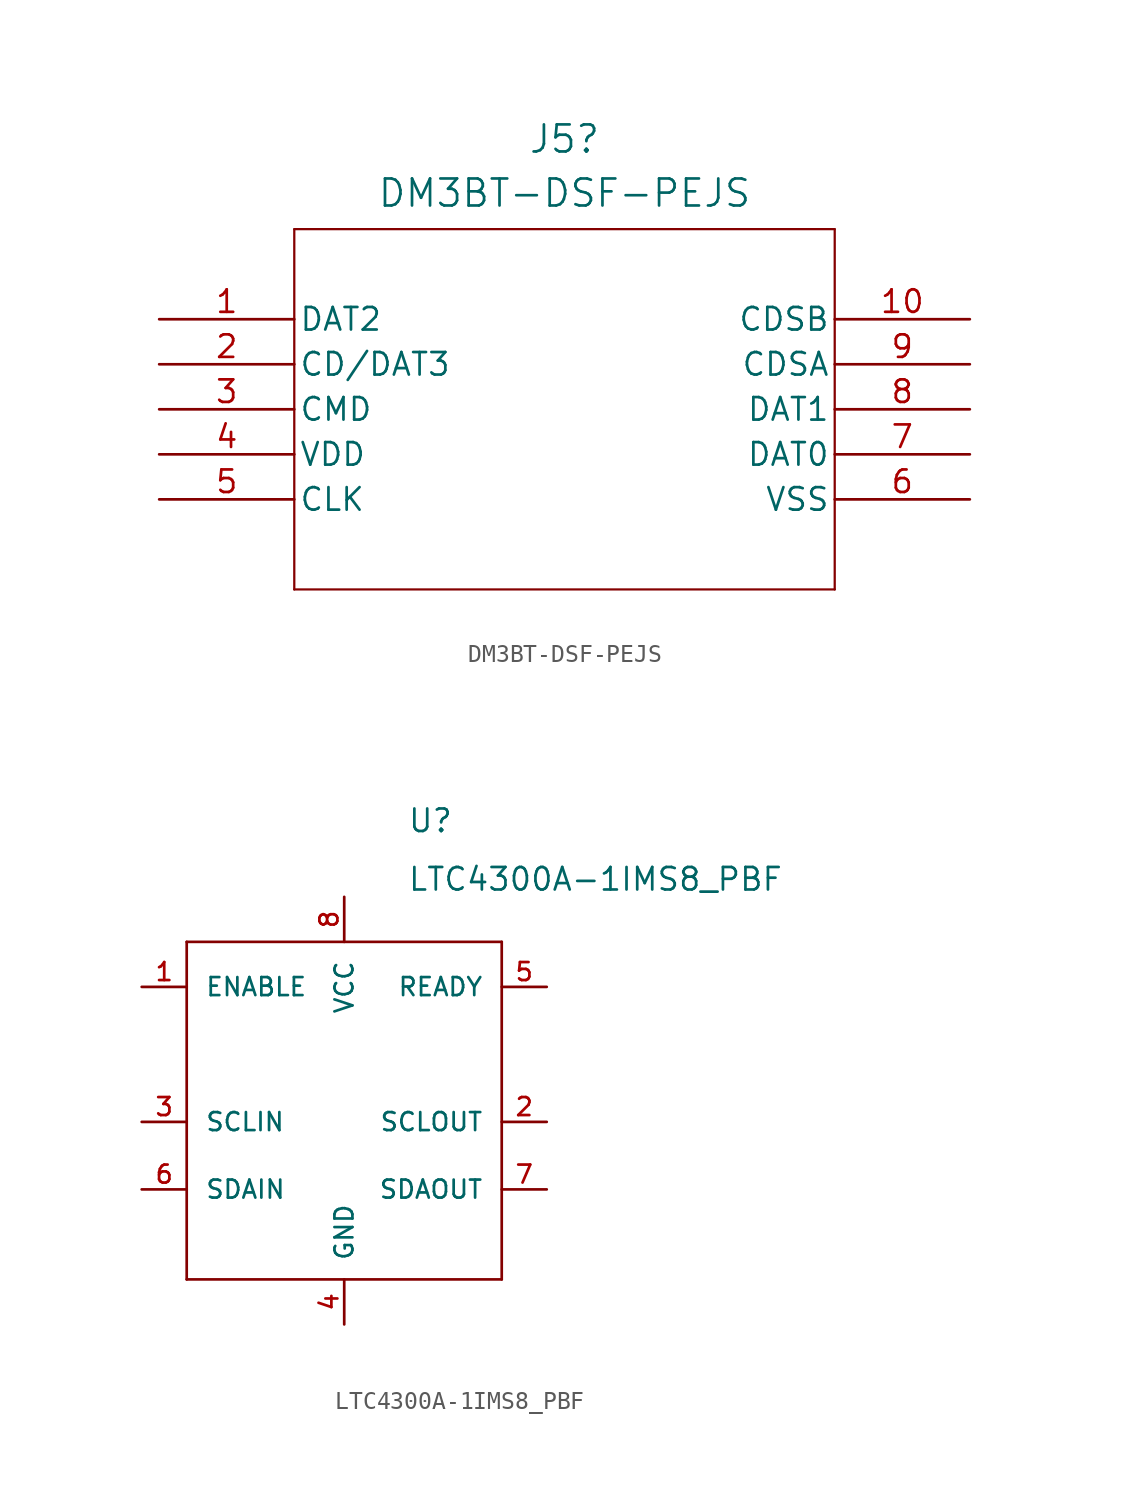
<source format=kicad_sym>
(kicad_symbol_lib
  (version 20241209)
  (generator "kicad_symbol_editor")
  (generator_version "9.0")
  (symbol "DM3BT-DSF-PEJS"
    (pin_names
      (offset 0.254))
    (property "Reference" "J5"
      (at 22.86 10.16 0)
      (effects (font (size 1.524 1.524))))
    (property "Value" "DM3BT-DSF-PEJS"
      (at 22.86 7.112 0)
      (effects (font (size 1.524 1.524))))
    (property "ki_locked" ""
      (at 0 0 0)
      (effects (font (size 1.27 1.27))))
    (symbol "DM3BT-DSF-PEJS_0_1"
      (polyline (pts (xy 7.62 5.08) (xy 7.62 -15.24)) (stroke (width 0.127) (type default)) (fill (type none)))
      (polyline (pts (xy 7.62 -15.24) (xy 38.1 -15.24)) (stroke (width 0.127) (type default)) (fill (type none)))
      (polyline (pts (xy 38.1 5.08) (xy 7.62 5.08)) (stroke (width 0.127) (type default)) (fill (type none)))
      (polyline (pts (xy 38.1 -15.24) (xy 38.1 5.08)) (stroke (width 0.127) (type default)) (fill (type none)))
      (pin bidirectional line (at 0 0 0) (length 7.62) (name "DAT2" (effects (font (size 1.27 1.27)))) (number "1" (effects (font (size 1.27 1.27)))))
      (pin bidirectional line (at 0 -2.54 0) (length 7.62) (name "CD/DAT3" (effects (font (size 1.27 1.27)))) (number "2" (effects (font (size 1.27 1.27)))))
      (pin unspecified line (at 0 -5.08 0) (length 7.62) (name "CMD" (effects (font (size 1.27 1.27)))) (number "3" (effects (font (size 1.27 1.27)))))
      (pin power_in line (at 0 -7.62 0) (length 7.62) (name "VDD" (effects (font (size 1.27 1.27)))) (number "4" (effects (font (size 1.27 1.27)))))
      (pin unspecified line (at 0 -10.16 0) (length 7.62) (name "CLK" (effects (font (size 1.27 1.27)))) (number "5" (effects (font (size 1.27 1.27)))))
      (pin unspecified line (at 45.72 0 180) (length 7.62) (name "CDSB" (effects (font (size 1.27 1.27)))) (number "10" (effects (font (size 1.27 1.27)))))
      (pin unspecified line (at 45.72 -2.54 180) (length 7.62) (name "CDSA" (effects (font (size 1.27 1.27)))) (number "9" (effects (font (size 1.27 1.27)))))
      (pin bidirectional line (at 45.72 -5.08 180) (length 7.62) (name "DAT1" (effects (font (size 1.27 1.27)))) (number "8" (effects (font (size 1.27 1.27)))))
      (pin bidirectional line (at 45.72 -7.62 180) (length 7.62) (name "DAT0" (effects (font (size 1.27 1.27)))) (number "7" (effects (font (size 1.27 1.27)))))
      (pin power_out line (at 45.72 -10.16 180) (length 7.62) (name "VSS" (effects (font (size 1.27 1.27)))) (number "6" (effects (font (size 1.27 1.27)))))))
  (symbol "LTC4300A-1IMS8_PBF"
    (pin_names
      (offset 1.016))
    (property "Reference" "U"
      (at 20.066 12.446 0)
      (effects (font (size 1.27 1.27)) (justify left bottom)))
    (property "Value" "LTC4300A-1IMS8_PBF"
      (at 20.066 9.144 0)
      (effects (font (size 1.27 1.27)) (justify left bottom)))
    (symbol "LTC4300A-1IMS8_PBF_0_0"
      (polyline (pts (xy 7.62 6.35) (xy 7.62 -12.7)) (stroke (width 0.152) (type default)) (fill (type none)))
      (polyline (pts (xy 7.62 -12.7) (xy 25.4 -12.7)) (stroke (width 0.152) (type default)) (fill (type none)))
      (polyline (pts (xy 25.4 6.35) (xy 7.62 6.35)) (stroke (width 0.152) (type default)) (fill (type none)))
      (polyline (pts (xy 25.4 -12.7) (xy 25.4 6.35)) (stroke (width 0.152) (type default)) (fill (type none)))
      (pin power_in line (at 16.51 8.89 270) (length 2.54) (name "VCC" (effects (font (size 1.016 1.016)))) (number "8" (effects (font (size 1.016 1.016))))))
    (symbol "LTC4300A-1IMS8_PBF_1_0"
      (pin bidirectional line (at 5.08 3.81 0) (length 2.54) (name "ENABLE" (effects (font (size 1.016 1.016)))) (number "1" (effects (font (size 1.016 1.016)))))
      (pin input line (at 5.08 -3.81 0) (length 2.54) (name "SCLIN" (effects (font (size 1.016 1.016)))) (number "3" (effects (font (size 1.016 1.016)))))
      (pin input line (at 5.08 -7.62 0) (length 2.54) (name "SDAIN" (effects (font (size 1.016 1.016)))) (number "6" (effects (font (size 1.016 1.016)))))
      (pin power_in line (at 16.51 -15.24 90) (length 2.54) (name "GND" (effects (font (size 1.016 1.016)))) (number "4" (effects (font (size 1.016 1.016)))))
      (pin bidirectional line (at 27.94 3.81 180) (length 2.54) (name "READY" (effects (font (size 1.016 1.016)))) (number "5" (effects (font (size 1.016 1.016)))))
      (pin output line (at 27.94 -3.81 180) (length 2.54) (name "SCLOUT" (effects (font (size 1.016 1.016)))) (number "2" (effects (font (size 1.016 1.016)))))
      (pin output line (at 27.94 -7.62 180) (length 2.54) (name "SDAOUT" (effects (font (size 1.016 1.016)))) (number "7" (effects (font (size 1.016 1.016))))))))
</source>
